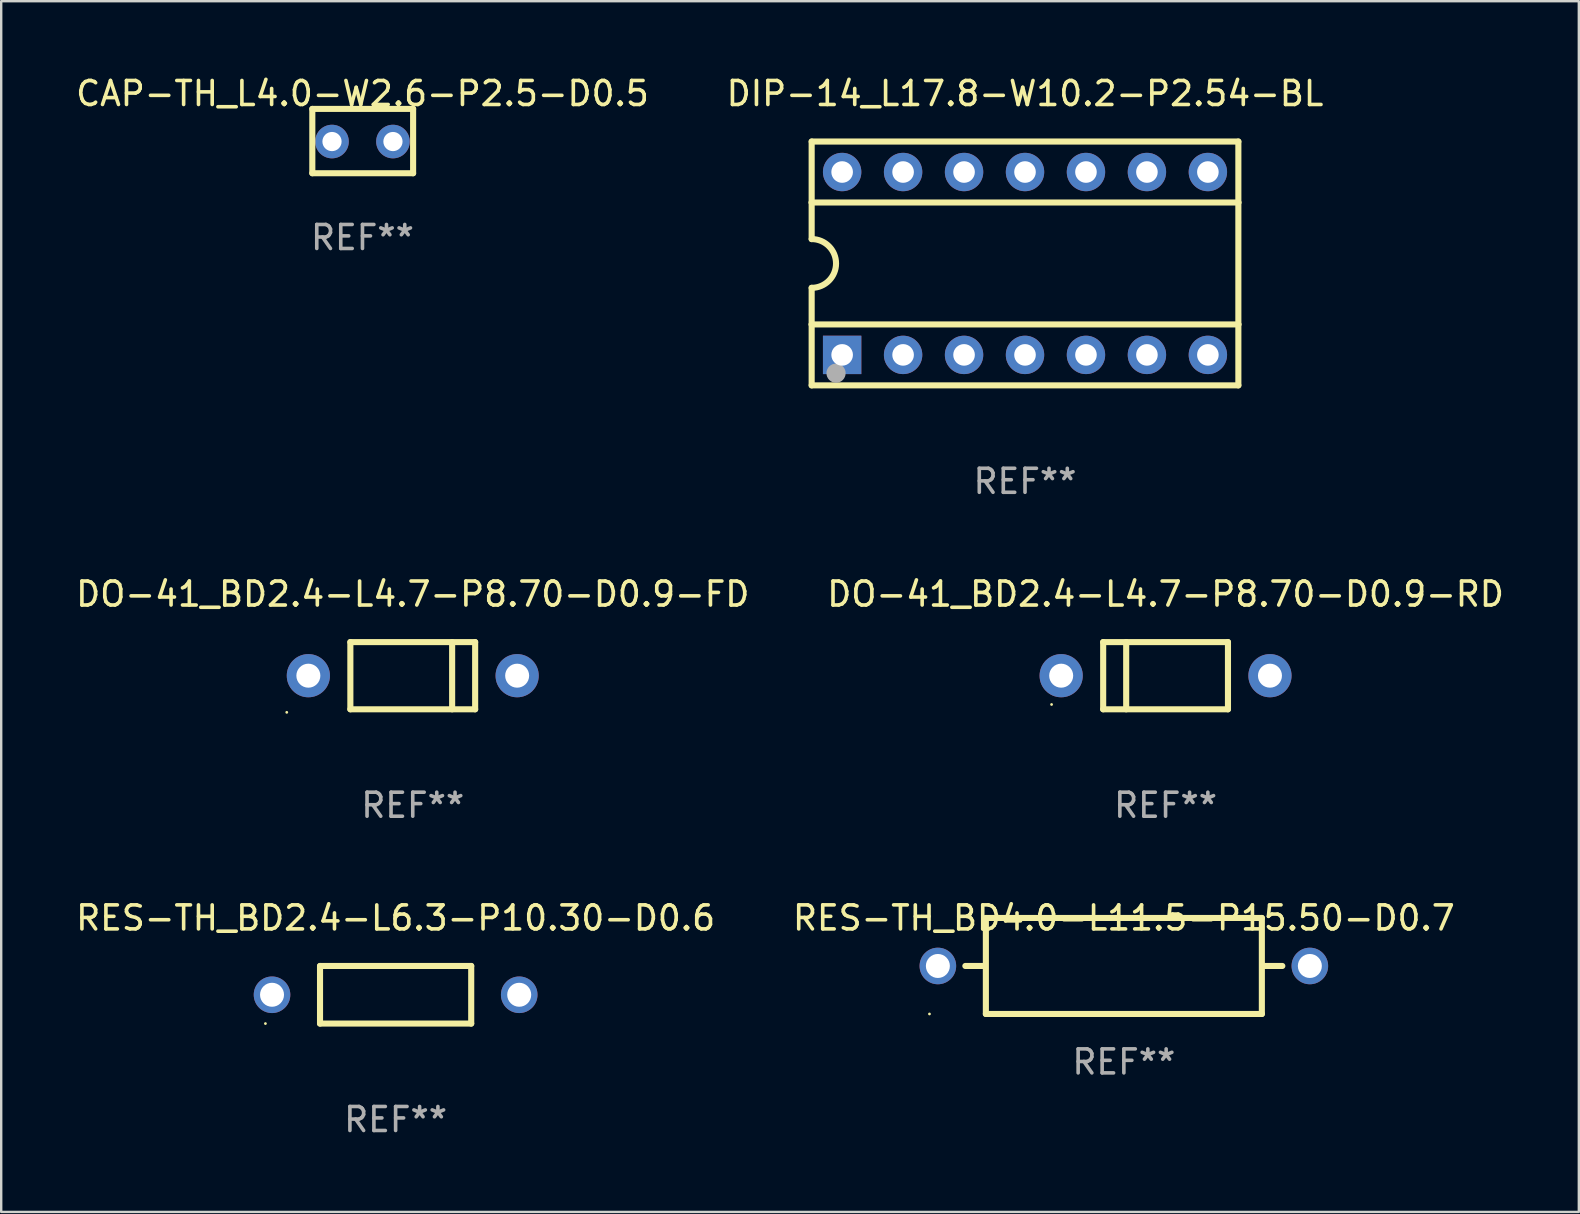
<source format=kicad_pcb>
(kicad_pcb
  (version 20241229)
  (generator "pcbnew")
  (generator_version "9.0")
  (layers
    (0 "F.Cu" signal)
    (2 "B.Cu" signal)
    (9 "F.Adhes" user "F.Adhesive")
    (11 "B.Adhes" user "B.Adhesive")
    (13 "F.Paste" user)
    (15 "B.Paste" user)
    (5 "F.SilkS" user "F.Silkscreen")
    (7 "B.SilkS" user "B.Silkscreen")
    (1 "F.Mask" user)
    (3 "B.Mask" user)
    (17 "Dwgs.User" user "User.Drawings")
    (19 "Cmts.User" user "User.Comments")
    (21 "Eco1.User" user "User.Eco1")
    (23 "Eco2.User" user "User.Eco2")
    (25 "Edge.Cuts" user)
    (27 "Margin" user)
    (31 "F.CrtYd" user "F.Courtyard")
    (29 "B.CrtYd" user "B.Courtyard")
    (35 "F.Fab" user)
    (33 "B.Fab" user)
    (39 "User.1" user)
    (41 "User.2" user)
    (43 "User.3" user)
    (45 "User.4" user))
  (footprint "DO-41_BD2.4-L4.7-P8.70-D0.9-FD"
    (layer "F.Cu")
    (at 14.149 25.105)
    (property "Reference" "DO-41_BD2.4-L4.7-P8.70-D0.9-FD" (at 0 -3.4 0) (layer "F.SilkS") (effects (font (size 1 1) (thickness 0.15))))
    (attr through_hole)
    (fp_line (start -2.6 1.4) (end -2.6 -1.4) (stroke (width 0.254) (type solid)) (layer "F.SilkS"))
    (fp_line (start 1.641 1.4) (end 1.641 -1.4) (stroke (width 0.254) (type solid)) (layer "F.SilkS"))
    (fp_line (start 2.6 -1.4) (end -2.6 -1.4) (stroke (width 0.254) (type solid)) (layer "F.SilkS"))
    (fp_line (start 2.6 1.4) (end -2.6 1.4) (stroke (width 0.254) (type solid)) (layer "F.SilkS"))
    (fp_line (start 2.6 1.4) (end 2.6 -1.4) (stroke (width 0.254) (type solid)) (layer "F.SilkS"))
    (fp_circle (center -5.25 1.527) (end -5.22 1.527) (stroke (width 0.06) (type solid)) (fill no) (layer "F.SilkS"))
    (fp_text user "REF**" (at 0 5.4 0) (layer "F.Fab") (effects (font (size 1 1) (thickness 0.15))))
    (pad "1" thru_hole circle (at -4.35 0) (size 1.8 1.8) (drill 1) (layers "*.Cu" "*.Mask"))
    (pad "2" thru_hole circle (at 4.35 0) (size 1.8 1.8) (drill 1) (layers "*.Cu" "*.Mask")))
  (footprint "DIP-14_L17.8-W10.2-P2.54-BL"
    (layer "F.Cu")
    (at 39.661 7.928)
    (property "Reference" "DIP-14_L17.8-W10.2-P2.54-BL" (at 0 -7.08 0) (layer "F.SilkS") (effects (font (size 1 1) (thickness 0.15))))
    (attr through_hole)
    (fp_line (start -8.89 -5.08) (end -8.89 -2.54) (stroke (width 0.254) (type solid)) (layer "F.SilkS"))
    (fp_line (start -8.89 -2.54) (end -8.89 -1.016) (stroke (width 0.254) (type solid)) (layer "F.SilkS"))
    (fp_line (start -8.89 -2.54) (end 8.89 -2.54) (stroke (width 0.254) (type solid)) (layer "F.SilkS"))
    (fp_line (start -8.89 2.54) (end -8.89 1.016) (stroke (width 0.254) (type solid)) (layer "F.SilkS"))
    (fp_line (start -8.89 2.54) (end 8.89 2.54) (stroke (width 0.254) (type solid)) (layer "F.SilkS"))
    (fp_line (start -8.89 5.08) (end -8.89 2.54) (stroke (width 0.254) (type solid)) (layer "F.SilkS"))
    (fp_line (start -8.89 5.08) (end 8.89 5.08) (stroke (width 0.254) (type solid)) (layer "F.SilkS"))
    (fp_line (start 8.89 -5.08) (end -8.89 -5.08) (stroke (width 0.254) (type solid)) (layer "F.SilkS"))
    (fp_line (start 8.89 -5.08) (end 8.89 -2.54) (stroke (width 0.254) (type solid)) (layer "F.SilkS"))
    (fp_line (start 8.89 -2.54) (end 8.89 2.54) (stroke (width 0.254) (type solid)) (layer "F.SilkS"))
    (fp_line (start 8.89 2.54) (end 8.89 5.08) (stroke (width 0.254) (type solid)) (layer "F.SilkS"))
    (fp_arc (start -8.89 -1.016) (mid -7.874 0) (end -8.89 1.016) (stroke (width 0.254001) (type solid)) (layer "F.SilkS"))
    (fp_circle (center -8.89 5.05) (end -8.86 5.05) (stroke (width 0.06) (type solid)) (fill no) (layer "F.SilkS"))
    (fp_circle (center -7.874 4.572) (end -7.674 4.572) (stroke (width 0.4) (type solid)) (fill no) (layer "F.Fab"))
    (fp_text user "REF**" (at 0 9.08 0) (layer "F.Fab") (effects (font (size 1 1) (thickness 0.15))))
    (pad "1" thru_hole rect (at -7.62 3.81) (size 1.6 1.6) (drill 0.9) (layers "*.Cu" "*.Mask"))
    (pad "2" thru_hole circle (at -5.08 3.81) (size 1.6 1.6) (drill 0.9) (layers "*.Cu" "*.Mask"))
    (pad "3" thru_hole circle (at -2.54 3.81) (size 1.6 1.6) (drill 0.9) (layers "*.Cu" "*.Mask"))
    (pad "4" thru_hole circle (at 0 3.81) (size 1.6 1.6) (drill 0.9) (layers "*.Cu" "*.Mask"))
    (pad "5" thru_hole circle (at 2.54 3.81) (size 1.6 1.6) (drill 0.9) (layers "*.Cu" "*.Mask"))
    (pad "6" thru_hole circle (at 5.08 3.81) (size 1.6 1.6) (drill 0.9) (layers "*.Cu" "*.Mask"))
    (pad "7" thru_hole circle (at 7.62 3.81) (size 1.6 1.6) (drill 0.9) (layers "*.Cu" "*.Mask"))
    (pad "8" thru_hole circle (at 7.62 -3.81) (size 1.6 1.6) (drill 0.9) (layers "*.Cu" "*.Mask"))
    (pad "9" thru_hole circle (at 5.08 -3.81) (size 1.6 1.6) (drill 0.9) (layers "*.Cu" "*.Mask"))
    (pad "10" thru_hole circle (at 2.54 -3.81) (size 1.6 1.6) (drill 0.9) (layers "*.Cu" "*.Mask"))
    (pad "11" thru_hole circle (at 0 -3.81) (size 1.6 1.6) (drill 0.9) (layers "*.Cu" "*.Mask"))
    (pad "12" thru_hole circle (at -2.54 -3.81) (size 1.6 1.6) (drill 0.9) (layers "*.Cu" "*.Mask"))
    (pad "13" thru_hole circle (at -5.08 -3.81) (size 1.6 1.6) (drill 0.9) (layers "*.Cu" "*.Mask"))
    (pad "14" thru_hole circle (at -7.62 -3.81) (size 1.6 1.6) (drill 0.9) (layers "*.Cu" "*.Mask")))
  (footprint "RES-TH_BD2.4-L6.3-P10.30-D0.6"
    (layer "F.Cu")
    (at 13.435 38.401)
    (property "Reference" "RES-TH_BD2.4-L6.3-P10.30-D0.6" (at 0 -3.2 0) (layer "F.SilkS") (effects (font (size 1 1) (thickness 0.15))))
    (attr through_hole)
    (fp_line (start -3.15 -1.2) (end 3.15 -1.2) (stroke (width 0.254) (type solid)) (layer "F.SilkS"))
    (fp_line (start -3.15 1.2) (end -3.15 -1.2) (stroke (width 0.254) (type solid)) (layer "F.SilkS"))
    (fp_line (start 3.15 -1.2) (end 3.15 1.2) (stroke (width 0.254) (type solid)) (layer "F.SilkS"))
    (fp_line (start 3.15 1.2) (end -3.15 1.2) (stroke (width 0.254) (type solid)) (layer "F.SilkS"))
    (fp_circle (center -5.425 1.2) (end -5.395 1.2) (stroke (width 0.06) (type solid)) (fill no) (layer "F.SilkS"))
    (fp_text user "REF**" (at 0 5.2 0) (layer "F.Fab") (effects (font (size 1 1) (thickness 0.15))))
    (pad "1" thru_hole circle (at -5.15 0) (size 1.524 1.524) (drill 1) (layers "*.Cu" "*.Mask"))
    (pad "2" thru_hole circle (at 5.15 0) (size 1.524 1.524) (drill 1) (layers "*.Cu" "*.Mask")))
  (footprint "CAP-TH_L4.0-W2.6-P2.5-D0.5"
    (layer "F.Cu")
    (at 12.054 2.848)
    (property "Reference" "CAP-TH_L4.0-W2.6-P2.5-D0.5" (at 0 -2 0) (layer "F.SilkS") (effects (font (size 1 1) (thickness 0.15))))
    (attr through_hole)
    (fp_line (start -2.09 -1.36) (end -2.09 1.32) (stroke (width 0.254) (type solid)) (layer "F.SilkS"))
    (fp_line (start -2.09 1.32) (end 2.11 1.32) (stroke (width 0.254) (type solid)) (layer "F.SilkS"))
    (fp_line (start 2.11 -1.36) (end -2.09 -1.36) (stroke (width 0.254) (type solid)) (layer "F.SilkS"))
    (fp_line (start 2.11 1.32) (end 2.11 -1.36) (stroke (width 0.254) (type solid)) (layer "F.SilkS"))
    (fp_circle (center -2 1.3) (end -1.97 1.3) (stroke (width 0.06) (type solid)) (fill no) (layer "F.SilkS"))
    (fp_text user "REF**" (at 0 4 0) (layer "F.Fab") (effects (font (size 1 1) (thickness 0.15))))
    (pad "1" thru_hole circle (at -1.27 0) (size 1.4 1.4) (drill 0.8) (layers "*.Cu" "*.Mask"))
    (pad "2" thru_hole circle (at 1.27 0) (size 1.4 1.4) (drill 0.8) (layers "*.Cu" "*.Mask")))
  (footprint "DO-41_BD2.4-L4.7-P8.70-D0.9-RD"
    (layer "F.Cu")
    (at 45.518 25.105)
    (property "Reference" "DO-41_BD2.4-L4.7-P8.70-D0.9-RD" (at 0 -3.4 0) (layer "F.SilkS") (effects (font (size 1 1) (thickness 0.15))))
    (attr through_hole)
    (fp_line (start -2.6 -1.4) (end -2.6 1.4) (stroke (width 0.254) (type solid)) (layer "F.SilkS"))
    (fp_line (start -2.6 -1.4) (end 2.6 -1.4) (stroke (width 0.254) (type solid)) (layer "F.SilkS"))
    (fp_line (start -2.6 1.4) (end 2.6 1.4) (stroke (width 0.254) (type solid)) (layer "F.SilkS"))
    (fp_line (start -1.641 -1.4) (end -1.641 1.4) (stroke (width 0.254) (type solid)) (layer "F.SilkS"))
    (fp_line (start 2.6 -1.4) (end 2.6 1.4) (stroke (width 0.254) (type solid)) (layer "F.SilkS"))
    (fp_circle (center -4.75 1.2) (end -4.72 1.2) (stroke (width 0.06) (type solid)) (fill no) (layer "F.SilkS"))
    (fp_text user "REF**" (at 0 5.4 0) (layer "F.Fab") (effects (font (size 1 1) (thickness 0.15))))
    (pad "1" thru_hole circle (at -4.35 0) (size 1.8 1.8) (drill 1) (layers "*.Cu" "*.Mask"))
    (pad "2" thru_hole circle (at 4.35 0) (size 1.8 1.8) (drill 1) (layers "*.Cu" "*.Mask")))
  (footprint "RES-TH_BD4.0-L11.5-P15.50-D0.7"
    (layer "F.Cu")
    (at 43.78 37.201)
    (property "Reference" "RES-TH_BD4.0-L11.5-P15.50-D0.7" (at 0 -2 0) (layer "F.SilkS") (effects (font (size 1 1) (thickness 0.15))))
    (attr through_hole)
    (fp_line (start -5.843 0) (end -6.605 0) (stroke (width 0.254) (type solid)) (layer "F.SilkS"))
    (fp_line (start -5.75 -2) (end -5.75 2) (stroke (width 0.254) (type solid)) (layer "F.SilkS"))
    (fp_line (start -5.75 2) (end 5.75 2) (stroke (width 0.254) (type solid)) (layer "F.SilkS"))
    (fp_line (start 5.75 -2) (end -5.75 -2) (stroke (width 0.254) (type solid)) (layer "F.SilkS"))
    (fp_line (start 5.75 2) (end 5.75 -2) (stroke (width 0.254) (type solid)) (layer "F.SilkS"))
    (fp_line (start 5.841 0) (end 6.603 0) (stroke (width 0.254) (type solid)) (layer "F.SilkS"))
    (fp_circle (center -8.1 2) (end -8.07 2) (stroke (width 0.06) (type solid)) (fill no) (layer "F.SilkS"))
    (fp_text user "REF**" (at 0 4 0) (layer "F.Fab") (effects (font (size 1 1) (thickness 0.15))))
    (pad "1" thru_hole circle (at -7.75 0) (size 1.524 1.524) (drill 1) (layers "*.Cu" "*.Mask"))
    (pad "2" thru_hole circle (at 7.75 0) (size 1.524 1.524) (drill 1) (layers "*.Cu" "*.Mask")))
  (gr_rect
    (start -3 -3)
    (end 62.738 47.45)
    (stroke (width 0.1) (type default))
    (fill no)
    (layer "Edge.Cuts")))
</source>
